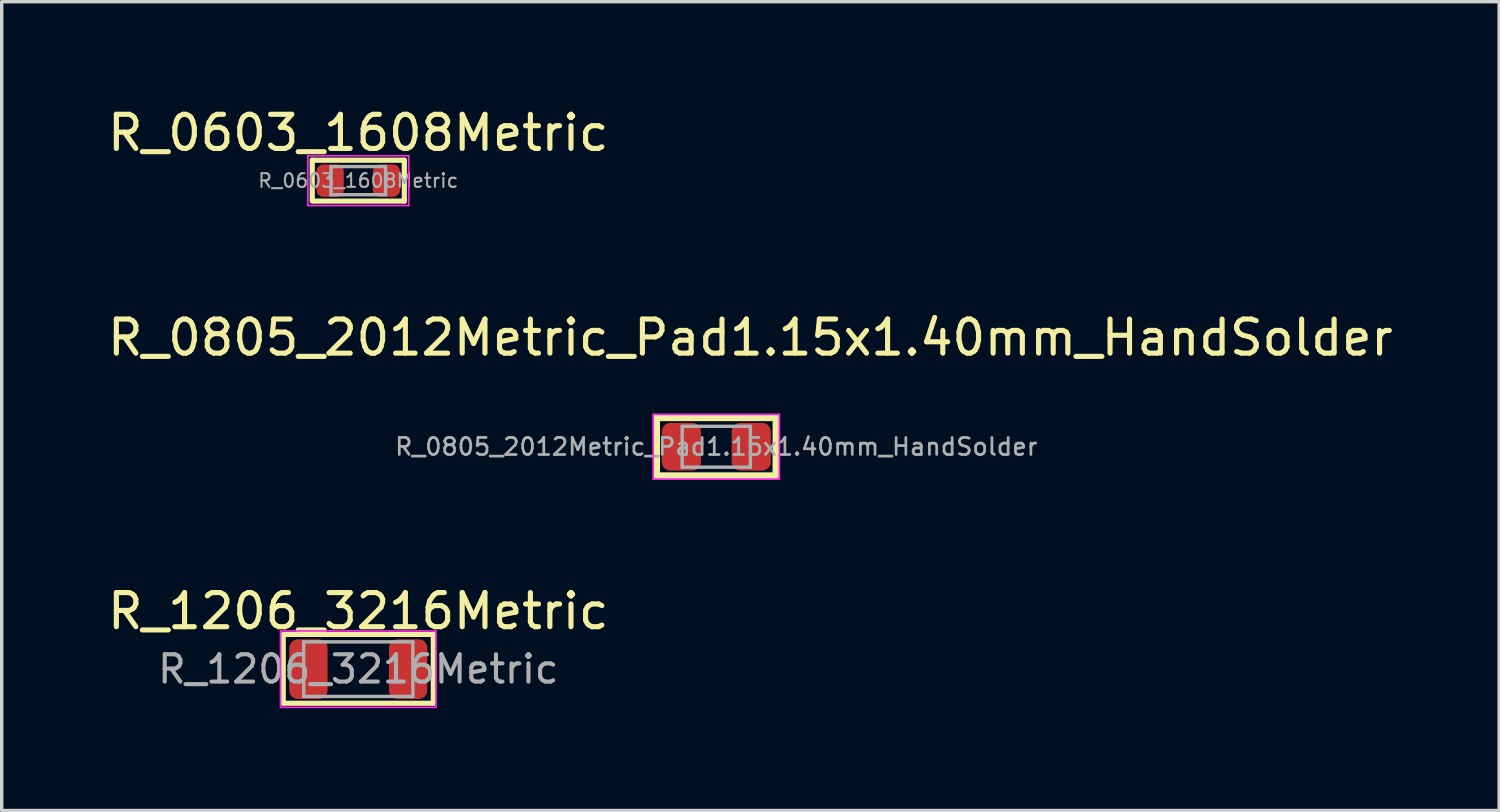
<source format=kicad_pcb>
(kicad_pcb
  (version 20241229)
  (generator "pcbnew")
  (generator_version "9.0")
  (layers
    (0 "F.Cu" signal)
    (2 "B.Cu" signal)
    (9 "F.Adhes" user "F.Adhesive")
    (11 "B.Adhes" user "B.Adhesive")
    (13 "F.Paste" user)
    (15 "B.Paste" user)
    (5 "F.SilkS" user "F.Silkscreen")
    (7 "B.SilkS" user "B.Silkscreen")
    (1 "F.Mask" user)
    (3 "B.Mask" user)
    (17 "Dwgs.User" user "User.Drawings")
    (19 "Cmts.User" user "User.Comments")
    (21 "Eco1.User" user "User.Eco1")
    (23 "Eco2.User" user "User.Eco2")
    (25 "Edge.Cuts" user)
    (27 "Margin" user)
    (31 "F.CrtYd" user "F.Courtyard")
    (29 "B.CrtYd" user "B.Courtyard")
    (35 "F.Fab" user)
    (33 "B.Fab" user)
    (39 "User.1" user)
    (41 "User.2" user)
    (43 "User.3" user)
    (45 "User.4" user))
  (footprint "R_1206_3216Metric"
    (layer "F.Cu")
    (at 7.458 16.575)
    (property "Reference" "R_1206_3216Metric" (at 0 -1.7 0) (layer "F.SilkS") (effects (font (size 1 1) (thickness 0.15))))
    (attr smd)
    (fp_line (start -2.2 -1.018) (end 2.2 -1.018) (stroke (width 0.15) (type solid)) (layer "F.SilkS"))
    (fp_line (start -2.2 1) (end -2.2 -1.018) (stroke (width 0.15) (type solid)) (layer "F.SilkS"))
    (fp_line (start 2.2 1) (end -2.2 1) (stroke (width 0.15) (type solid)) (layer "F.SilkS"))
    (fp_line (start 2.2 1) (end 2.2 -1.018) (stroke (width 0.15) (type solid)) (layer "F.SilkS"))
    (fp_line (start -2.28 -1.12) (end 2.28 -1.12) (stroke (width 0.05) (type solid)) (layer "F.CrtYd"))
    (fp_line (start -2.28 1.12) (end -2.28 -1.12) (stroke (width 0.05) (type solid)) (layer "F.CrtYd"))
    (fp_line (start 2.28 -1.12) (end 2.28 1.12) (stroke (width 0.05) (type solid)) (layer "F.CrtYd"))
    (fp_line (start 2.28 1.12) (end -2.28 1.12) (stroke (width 0.05) (type solid)) (layer "F.CrtYd"))
    (fp_line (start -1.6 -0.8) (end 1.6 -0.8) (stroke (width 0.1) (type solid)) (layer "F.Fab"))
    (fp_line (start -1.6 0.8) (end -1.6 -0.8) (stroke (width 0.1) (type solid)) (layer "F.Fab"))
    (fp_line (start 1.6 -0.8) (end 1.6 0.8) (stroke (width 0.1) (type solid)) (layer "F.Fab"))
    (fp_line (start 1.6 0.8) (end -1.6 0.8) (stroke (width 0.1) (type solid)) (layer "F.Fab"))
    (fp_text user "${REFERENCE}" (at 0 0 0) (layer "F.Fab") (effects (font (size 0.8 0.8) (thickness 0.12))))
    (pad "1" smd roundrect (at -1.462 0) (size 1.125 1.75) (layers "F.Cu" "F.Mask" "F.Paste") (roundrect_rratio 0.222))
    (pad "2" smd roundrect (at 1.462 0) (size 1.125 1.75) (layers "F.Cu" "F.Mask" "F.Paste") (roundrect_rratio 0.222)))
  (footprint "R_0603_1608Metric"
    (layer "F.Cu")
    (at 7.458 2.248)
    (property "Reference" "R_0603_1608Metric" (at 0 -1.4 0) (layer "F.SilkS") (effects (font (size 1 1) (thickness 0.15))))
    (attr smd)
    (fp_line (start -1.35 -0.6) (end -1.35 0.6) (stroke (width 0.152) (type solid)) (layer "F.SilkS"))
    (fp_line (start -1.35 -0.6) (end 1.35 -0.6) (stroke (width 0.152) (type solid)) (layer "F.SilkS"))
    (fp_line (start -1.3 0.6) (end 1.35 0.6) (stroke (width 0.152) (type solid)) (layer "F.SilkS"))
    (fp_line (start 1.35 -0.6) (end 1.35 0.6) (stroke (width 0.152) (type solid)) (layer "F.SilkS"))
    (fp_line (start -1.48 -0.73) (end 1.48 -0.73) (stroke (width 0.05) (type solid)) (layer "F.CrtYd"))
    (fp_line (start -1.48 0.73) (end -1.48 -0.73) (stroke (width 0.05) (type solid)) (layer "F.CrtYd"))
    (fp_line (start 1.48 -0.73) (end 1.48 0.73) (stroke (width 0.05) (type solid)) (layer "F.CrtYd"))
    (fp_line (start 1.48 0.73) (end -1.48 0.73) (stroke (width 0.05) (type solid)) (layer "F.CrtYd"))
    (fp_line (start -0.8 -0.412) (end 0.8 -0.412) (stroke (width 0.1) (type solid)) (layer "F.Fab"))
    (fp_line (start -0.8 0.412) (end -0.8 -0.412) (stroke (width 0.1) (type solid)) (layer "F.Fab"))
    (fp_line (start 0.8 -0.412) (end 0.8 0.412) (stroke (width 0.1) (type solid)) (layer "F.Fab"))
    (fp_line (start 0.8 0.412) (end -0.8 0.412) (stroke (width 0.1) (type solid)) (layer "F.Fab"))
    (fp_text user "${REFERENCE}" (at 0 0 0) (layer "F.Fab") (effects (font (size 0.4 0.4) (thickness 0.06))))
    (pad "1" smd roundrect (at -0.825 0) (size 0.8 0.95) (layers "F.Cu" "F.Mask" "F.Paste") (roundrect_rratio 0.25))
    (pad "2" smd roundrect (at 0.825 0) (size 0.8 0.95) (layers "F.Cu" "F.Mask" "F.Paste") (roundrect_rratio 0.25)))
  (footprint "R_0805_2012Metric_Pad1.15x1.40mm_HandSolder"
    (layer "F.Cu")
    (at 17.958 10.052)
    (property "Reference" "R_0805_2012Metric_Pad1.15x1.40mm_HandSolder" (at 1 -3.2 0) (layer "F.SilkS") (effects (font (size 1 1) (thickness 0.15))))
    (attr smd)
    (fp_line (start -1.75 -0.85) (end 1.75 -0.85) (stroke (width 0.2) (type solid)) (layer "F.SilkS"))
    (fp_line (start -1.75 0.85) (end -1.75 -0.85) (stroke (width 0.2) (type solid)) (layer "F.SilkS"))
    (fp_line (start -1.75 0.85) (end 1.75 0.85) (stroke (width 0.2) (type solid)) (layer "F.SilkS"))
    (fp_line (start 1.75 0.85) (end 1.75 -0.85) (stroke (width 0.2) (type solid)) (layer "F.SilkS"))
    (fp_line (start -1.85 -0.95) (end 1.85 -0.95) (stroke (width 0.05) (type solid)) (layer "F.CrtYd"))
    (fp_line (start -1.85 0.95) (end -1.85 -0.95) (stroke (width 0.05) (type solid)) (layer "F.CrtYd"))
    (fp_line (start 1.85 -0.95) (end 1.85 0.95) (stroke (width 0.05) (type solid)) (layer "F.CrtYd"))
    (fp_line (start 1.85 0.95) (end -1.85 0.95) (stroke (width 0.05) (type solid)) (layer "F.CrtYd"))
    (fp_line (start -1 -0.6) (end 1 -0.6) (stroke (width 0.1) (type solid)) (layer "F.Fab"))
    (fp_line (start -1 0.6) (end -1 -0.6) (stroke (width 0.1) (type solid)) (layer "F.Fab"))
    (fp_line (start 1 -0.6) (end 1 0.6) (stroke (width 0.1) (type solid)) (layer "F.Fab"))
    (fp_line (start 1 0.6) (end -1 0.6) (stroke (width 0.1) (type solid)) (layer "F.Fab"))
    (fp_text user "${REFERENCE}" (at 0 0 0) (layer "F.Fab") (effects (font (size 0.5 0.5) (thickness 0.08))))
    (pad "1" smd roundrect (at -1.025 0) (size 1.15 1.4) (layers "F.Cu" "F.Mask" "F.Paste") (roundrect_rratio 0.217))
    (pad "2" smd roundrect (at 1.025 0) (size 1.15 1.4) (layers "F.Cu" "F.Mask" "F.Paste") (roundrect_rratio 0.217)))
  (gr_rect
    (start -3 -3)
    (end 40.917 20.72)
    (stroke (width 0.1) (type default))
    (fill no)
    (layer "Edge.Cuts")))
</source>
